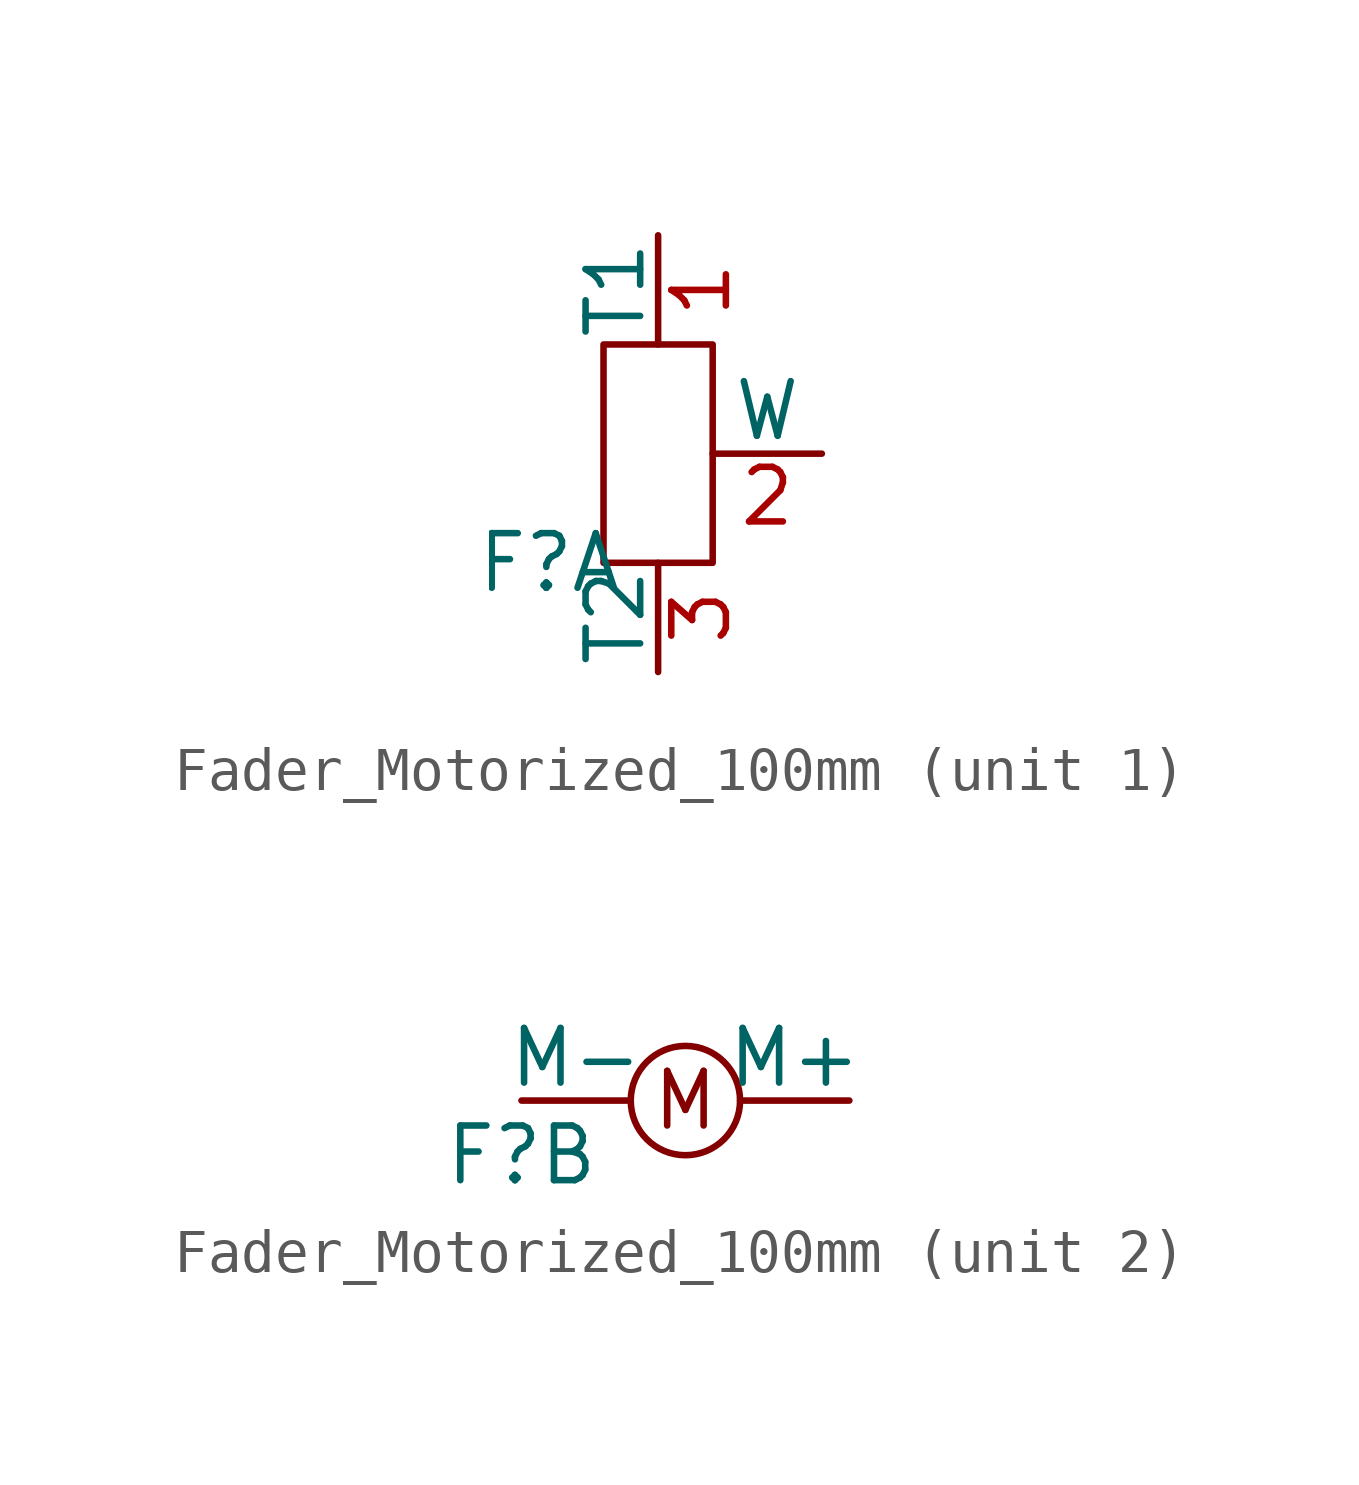
<source format=kicad_sym>
(kicad_symbol_lib
  (version 20241209)
  (generator "kicad_symbol_editor")
  (generator_version "9.0")
  (symbol "Fader_Motorized_100mm"
    (pin_names
      (offset 0))
    (property "Reference" "F"
      (at 0 0 0)
      (effects (font (size 1.27 1.27))))
    (property "Value" ""
      (at 0 0 0)
      (effects (font (size 1.27 1.27))))
    (property "ki_locked" ""
      (at 0 0 0)
      (effects (font (size 1.27 1.27))))
    (symbol "Fader_Motorized_100mm_1_1"
      (rectangle (start 1.27 5.08) (end 3.81 0) (stroke (width 0) (type default)) (fill (type none)))
      (pin input line (at 2.54 7.62 270) (length 2.54) (name "T1" (effects (font (size 1.27 1.27)))) (number "1" (effects (font (size 1.27 1.27)))))
      (pin passive line (at 2.54 -2.54 90) (length 2.54) (name "T2" (effects (font (size 1.27 1.27)))) (number "3" (effects (font (size 1.27 1.27)))))
      (pin passive line (at 6.35 2.54 180) (length 2.54) (name "W" (effects (font (size 1.27 1.27)))) (number "2" (effects (font (size 1.27 1.27))))))
    (symbol "Fader_Motorized_100mm_2_1"
      (circle (center 3.81 1.27) (radius 1.27) (stroke (width 0) (type default)) (fill (type none)))
      (text "M" (at 3.81 1.27 0) (effects (font (size 1.27 1.27))))
      (pin input line (at 0 1.27 0) (length 2.54) (name "M-" (effects (font (size 1.27 1.27)))) (number "" (effects (font (size 1.27 1.27)))))
      (pin input line (at 7.62 1.27 180) (length 2.54) (name "M+" (effects (font (size 1.27 1.27)))) (number "" (effects (font (size 1.27 1.27))))))))
</source>
